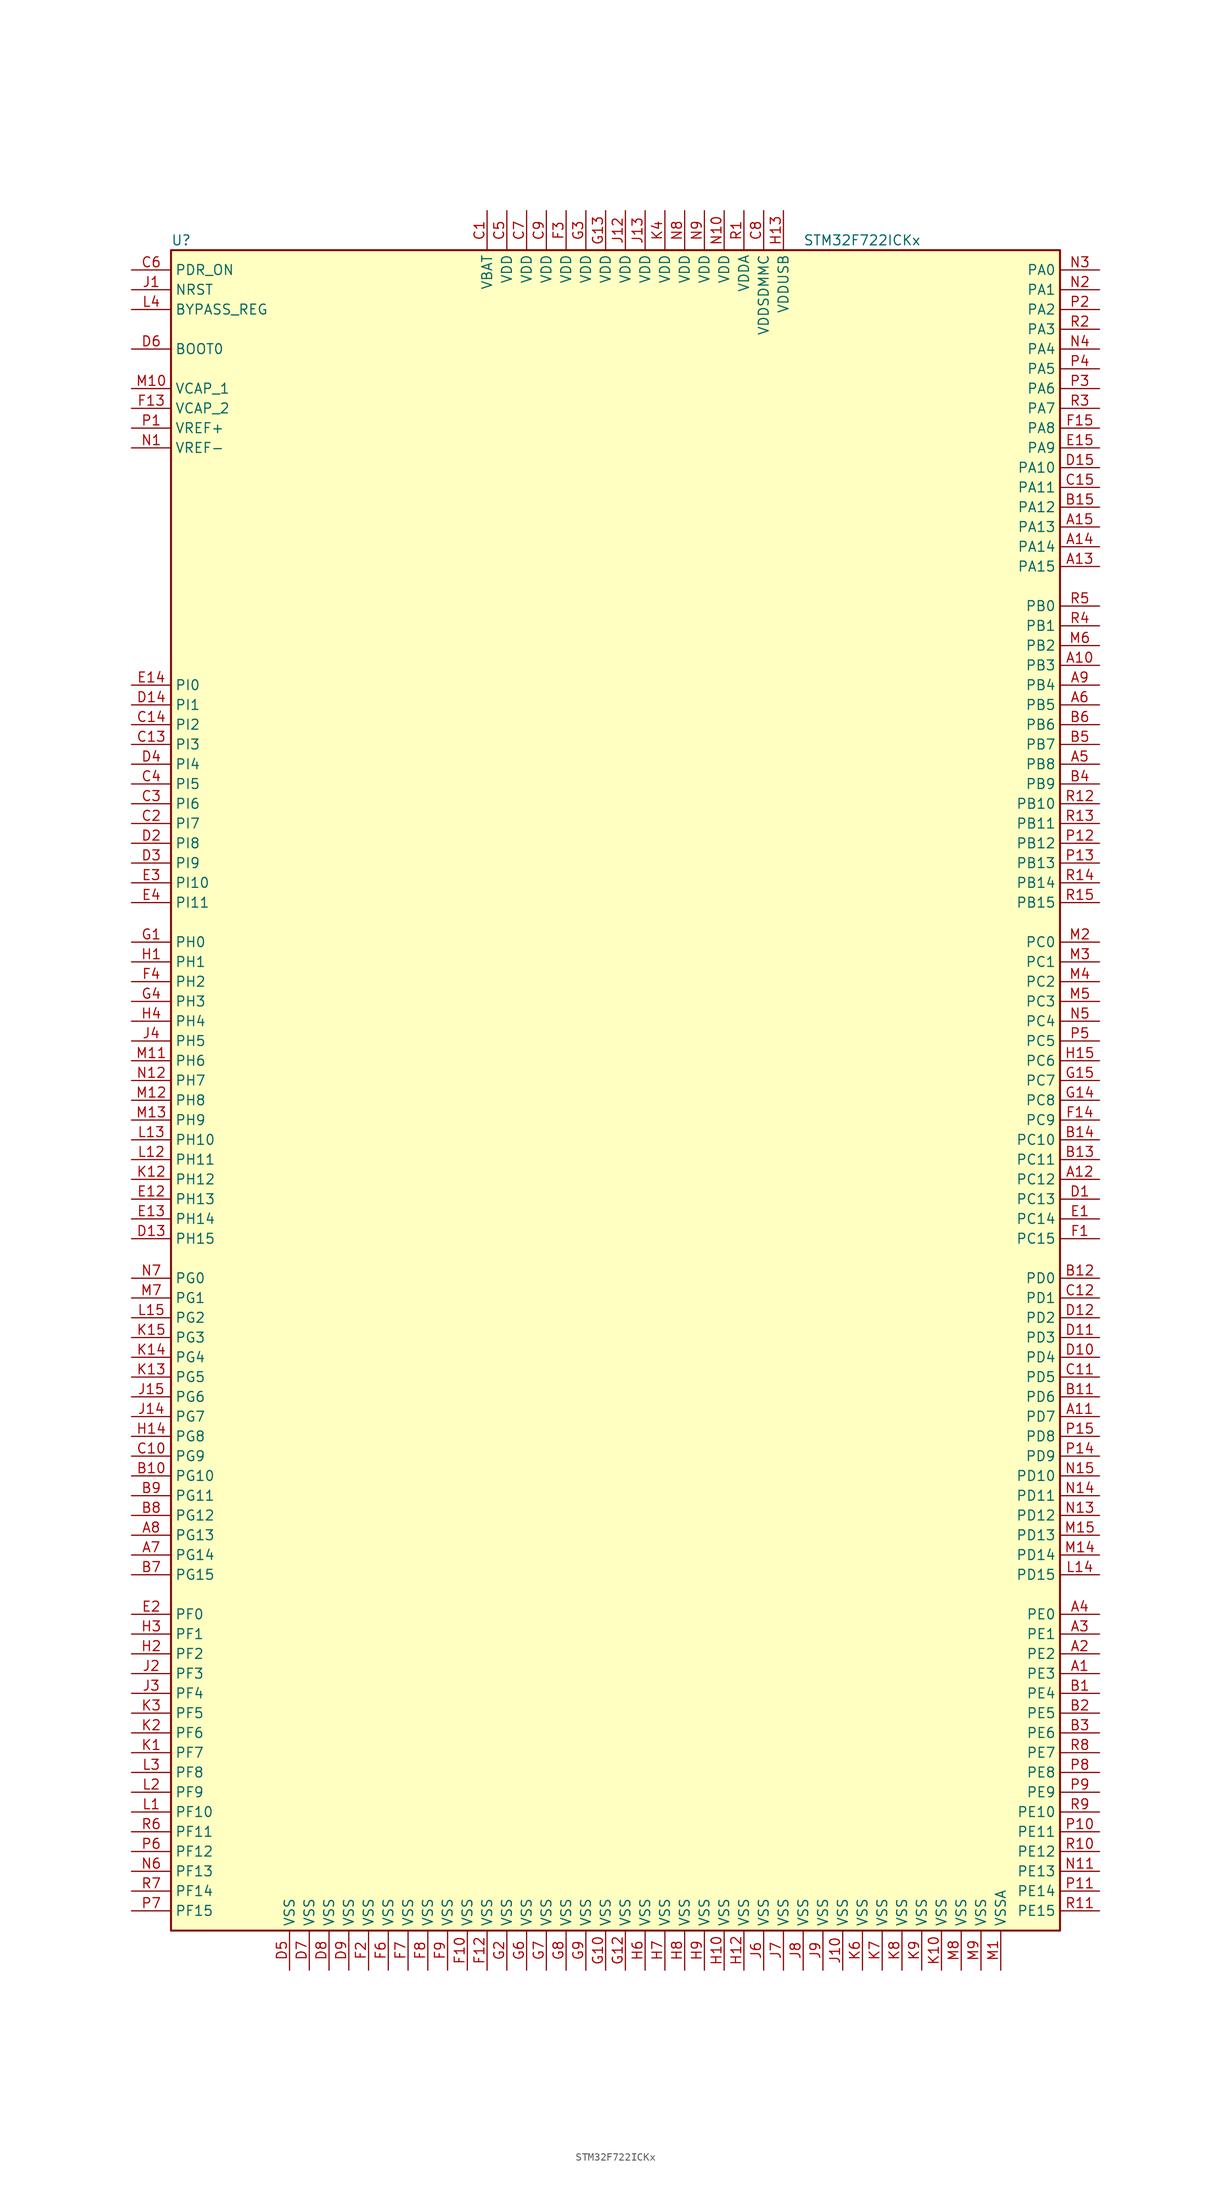
<source format=kicad_sym>
(kicad_symbol_lib
  (version 20211014)
  (generator kicad_symbol_editor)
  (symbol "STM32F722ICKx"
    (property "Reference" "U"
      (at -58.42 107.95 0)
      (effects (font (size 1.27 1.27)) (justify left)))
    (property "Value" "STM32F722ICKx"
      (at 22.86 107.95 0)
      (effects (font (size 1.27 1.27)) (justify left)))
    (symbol "STM32F722ICKx_0_1"
      (rectangle (start -58.42 -109.22) (end 55.88 106.68) (stroke (width 0.254) (type default) (color 0 0 0 0)) (fill (type background))))
    (symbol "STM32F722ICKx_1_1"
      (pin bidirectional line (at 60.96 -76.2 180) (length 5.08) (name "PE3" (effects (font (size 1.27 1.27)))) (number "A1" (effects (font (size 1.27 1.27)))))
      (pin bidirectional line (at 60.96 53.34 180) (length 5.08) (name "PB3" (effects (font (size 1.27 1.27)))) (number "A10" (effects (font (size 1.27 1.27)))))
      (pin bidirectional line (at 60.96 -43.18 180) (length 5.08) (name "PD7" (effects (font (size 1.27 1.27)))) (number "A11" (effects (font (size 1.27 1.27)))))
      (pin bidirectional line (at 60.96 -12.7 180) (length 5.08) (name "PC12" (effects (font (size 1.27 1.27)))) (number "A12" (effects (font (size 1.27 1.27)))))
      (pin bidirectional line (at 60.96 66.04 180) (length 5.08) (name "PA15" (effects (font (size 1.27 1.27)))) (number "A13" (effects (font (size 1.27 1.27)))))
      (pin bidirectional line (at 60.96 68.58 180) (length 5.08) (name "PA14" (effects (font (size 1.27 1.27)))) (number "A14" (effects (font (size 1.27 1.27)))))
      (pin bidirectional line (at 60.96 71.12 180) (length 5.08) (name "PA13" (effects (font (size 1.27 1.27)))) (number "A15" (effects (font (size 1.27 1.27)))))
      (pin bidirectional line (at 60.96 -73.66 180) (length 5.08) (name "PE2" (effects (font (size 1.27 1.27)))) (number "A2" (effects (font (size 1.27 1.27)))))
      (pin bidirectional line (at 60.96 -71.12 180) (length 5.08) (name "PE1" (effects (font (size 1.27 1.27)))) (number "A3" (effects (font (size 1.27 1.27)))))
      (pin bidirectional line (at 60.96 -68.58 180) (length 5.08) (name "PE0" (effects (font (size 1.27 1.27)))) (number "A4" (effects (font (size 1.27 1.27)))))
      (pin bidirectional line (at 60.96 40.64 180) (length 5.08) (name "PB8" (effects (font (size 1.27 1.27)))) (number "A5" (effects (font (size 1.27 1.27)))))
      (pin bidirectional line (at 60.96 48.26 180) (length 5.08) (name "PB5" (effects (font (size 1.27 1.27)))) (number "A6" (effects (font (size 1.27 1.27)))))
      (pin bidirectional line (at -63.5 -60.96 0) (length 5.08) (name "PG14" (effects (font (size 1.27 1.27)))) (number "A7" (effects (font (size 1.27 1.27)))))
      (pin bidirectional line (at -63.5 -58.42 0) (length 5.08) (name "PG13" (effects (font (size 1.27 1.27)))) (number "A8" (effects (font (size 1.27 1.27)))))
      (pin bidirectional line (at 60.96 50.8 180) (length 5.08) (name "PB4" (effects (font (size 1.27 1.27)))) (number "A9" (effects (font (size 1.27 1.27)))))
      (pin bidirectional line (at 60.96 -78.74 180) (length 5.08) (name "PE4" (effects (font (size 1.27 1.27)))) (number "B1" (effects (font (size 1.27 1.27)))))
      (pin bidirectional line (at -63.5 -50.8 0) (length 5.08) (name "PG10" (effects (font (size 1.27 1.27)))) (number "B10" (effects (font (size 1.27 1.27)))))
      (pin bidirectional line (at 60.96 -40.64 180) (length 5.08) (name "PD6" (effects (font (size 1.27 1.27)))) (number "B11" (effects (font (size 1.27 1.27)))))
      (pin bidirectional line (at 60.96 -25.4 180) (length 5.08) (name "PD0" (effects (font (size 1.27 1.27)))) (number "B12" (effects (font (size 1.27 1.27)))))
      (pin bidirectional line (at 60.96 -10.16 180) (length 5.08) (name "PC11" (effects (font (size 1.27 1.27)))) (number "B13" (effects (font (size 1.27 1.27)))))
      (pin bidirectional line (at 60.96 -7.62 180) (length 5.08) (name "PC10" (effects (font (size 1.27 1.27)))) (number "B14" (effects (font (size 1.27 1.27)))))
      (pin bidirectional line (at 60.96 73.66 180) (length 5.08) (name "PA12" (effects (font (size 1.27 1.27)))) (number "B15" (effects (font (size 1.27 1.27)))))
      (pin bidirectional line (at 60.96 -81.28 180) (length 5.08) (name "PE5" (effects (font (size 1.27 1.27)))) (number "B2" (effects (font (size 1.27 1.27)))))
      (pin bidirectional line (at 60.96 -83.82 180) (length 5.08) (name "PE6" (effects (font (size 1.27 1.27)))) (number "B3" (effects (font (size 1.27 1.27)))))
      (pin bidirectional line (at 60.96 38.1 180) (length 5.08) (name "PB9" (effects (font (size 1.27 1.27)))) (number "B4" (effects (font (size 1.27 1.27)))))
      (pin bidirectional line (at 60.96 43.18 180) (length 5.08) (name "PB7" (effects (font (size 1.27 1.27)))) (number "B5" (effects (font (size 1.27 1.27)))))
      (pin bidirectional line (at 60.96 45.72 180) (length 5.08) (name "PB6" (effects (font (size 1.27 1.27)))) (number "B6" (effects (font (size 1.27 1.27)))))
      (pin bidirectional line (at -63.5 -63.5 0) (length 5.08) (name "PG15" (effects (font (size 1.27 1.27)))) (number "B7" (effects (font (size 1.27 1.27)))))
      (pin bidirectional line (at -63.5 -55.88 0) (length 5.08) (name "PG12" (effects (font (size 1.27 1.27)))) (number "B8" (effects (font (size 1.27 1.27)))))
      (pin bidirectional line (at -63.5 -53.34 0) (length 5.08) (name "PG11" (effects (font (size 1.27 1.27)))) (number "B9" (effects (font (size 1.27 1.27)))))
      (pin power_in line (at -17.78 111.76 270) (length 5.08) (name "VBAT" (effects (font (size 1.27 1.27)))) (number "C1" (effects (font (size 1.27 1.27)))))
      (pin bidirectional line (at -63.5 -48.26 0) (length 5.08) (name "PG9" (effects (font (size 1.27 1.27)))) (number "C10" (effects (font (size 1.27 1.27)))))
      (pin bidirectional line (at 60.96 -38.1 180) (length 5.08) (name "PD5" (effects (font (size 1.27 1.27)))) (number "C11" (effects (font (size 1.27 1.27)))))
      (pin bidirectional line (at 60.96 -27.94 180) (length 5.08) (name "PD1" (effects (font (size 1.27 1.27)))) (number "C12" (effects (font (size 1.27 1.27)))))
      (pin bidirectional line (at -63.5 43.18 0) (length 5.08) (name "PI3" (effects (font (size 1.27 1.27)))) (number "C13" (effects (font (size 1.27 1.27)))))
      (pin bidirectional line (at -63.5 45.72 0) (length 5.08) (name "PI2" (effects (font (size 1.27 1.27)))) (number "C14" (effects (font (size 1.27 1.27)))))
      (pin bidirectional line (at 60.96 76.2 180) (length 5.08) (name "PA11" (effects (font (size 1.27 1.27)))) (number "C15" (effects (font (size 1.27 1.27)))))
      (pin bidirectional line (at -63.5 33.02 0) (length 5.08) (name "PI7" (effects (font (size 1.27 1.27)))) (number "C2" (effects (font (size 1.27 1.27)))))
      (pin bidirectional line (at -63.5 35.56 0) (length 5.08) (name "PI6" (effects (font (size 1.27 1.27)))) (number "C3" (effects (font (size 1.27 1.27)))))
      (pin bidirectional line (at -63.5 38.1 0) (length 5.08) (name "PI5" (effects (font (size 1.27 1.27)))) (number "C4" (effects (font (size 1.27 1.27)))))
      (pin power_in line (at -15.24 111.76 270) (length 5.08) (name "VDD" (effects (font (size 1.27 1.27)))) (number "C5" (effects (font (size 1.27 1.27)))))
      (pin input line (at -63.5 104.14 0) (length 5.08) (name "PDR_ON" (effects (font (size 1.27 1.27)))) (number "C6" (effects (font (size 1.27 1.27)))))
      (pin power_in line (at -12.7 111.76 270) (length 5.08) (name "VDD" (effects (font (size 1.27 1.27)))) (number "C7" (effects (font (size 1.27 1.27)))))
      (pin power_in line (at 17.78 111.76 270) (length 5.08) (name "VDDSDMMC" (effects (font (size 1.27 1.27)))) (number "C8" (effects (font (size 1.27 1.27)))))
      (pin power_in line (at -10.16 111.76 270) (length 5.08) (name "VDD" (effects (font (size 1.27 1.27)))) (number "C9" (effects (font (size 1.27 1.27)))))
      (pin bidirectional line (at 60.96 -15.24 180) (length 5.08) (name "PC13" (effects (font (size 1.27 1.27)))) (number "D1" (effects (font (size 1.27 1.27)))))
      (pin bidirectional line (at 60.96 -35.56 180) (length 5.08) (name "PD4" (effects (font (size 1.27 1.27)))) (number "D10" (effects (font (size 1.27 1.27)))))
      (pin bidirectional line (at 60.96 -33.02 180) (length 5.08) (name "PD3" (effects (font (size 1.27 1.27)))) (number "D11" (effects (font (size 1.27 1.27)))))
      (pin bidirectional line (at 60.96 -30.48 180) (length 5.08) (name "PD2" (effects (font (size 1.27 1.27)))) (number "D12" (effects (font (size 1.27 1.27)))))
      (pin bidirectional line (at -63.5 -20.32 0) (length 5.08) (name "PH15" (effects (font (size 1.27 1.27)))) (number "D13" (effects (font (size 1.27 1.27)))))
      (pin bidirectional line (at -63.5 48.26 0) (length 5.08) (name "PI1" (effects (font (size 1.27 1.27)))) (number "D14" (effects (font (size 1.27 1.27)))))
      (pin bidirectional line (at 60.96 78.74 180) (length 5.08) (name "PA10" (effects (font (size 1.27 1.27)))) (number "D15" (effects (font (size 1.27 1.27)))))
      (pin bidirectional line (at -63.5 30.48 0) (length 5.08) (name "PI8" (effects (font (size 1.27 1.27)))) (number "D2" (effects (font (size 1.27 1.27)))))
      (pin bidirectional line (at -63.5 27.94 0) (length 5.08) (name "PI9" (effects (font (size 1.27 1.27)))) (number "D3" (effects (font (size 1.27 1.27)))))
      (pin bidirectional line (at -63.5 40.64 0) (length 5.08) (name "PI4" (effects (font (size 1.27 1.27)))) (number "D4" (effects (font (size 1.27 1.27)))))
      (pin power_in line (at -43.18 -114.3 90) (length 5.08) (name "VSS" (effects (font (size 1.27 1.27)))) (number "D5" (effects (font (size 1.27 1.27)))))
      (pin input line (at -63.5 93.98 0) (length 5.08) (name "BOOT0" (effects (font (size 1.27 1.27)))) (number "D6" (effects (font (size 1.27 1.27)))))
      (pin power_in line (at -40.64 -114.3 90) (length 5.08) (name "VSS" (effects (font (size 1.27 1.27)))) (number "D7" (effects (font (size 1.27 1.27)))))
      (pin power_in line (at -38.1 -114.3 90) (length 5.08) (name "VSS" (effects (font (size 1.27 1.27)))) (number "D8" (effects (font (size 1.27 1.27)))))
      (pin power_in line (at -35.56 -114.3 90) (length 5.08) (name "VSS" (effects (font (size 1.27 1.27)))) (number "D9" (effects (font (size 1.27 1.27)))))
      (pin bidirectional line (at 60.96 -17.78 180) (length 5.08) (name "PC14" (effects (font (size 1.27 1.27)))) (number "E1" (effects (font (size 1.27 1.27)))))
      (pin bidirectional line (at -63.5 -15.24 0) (length 5.08) (name "PH13" (effects (font (size 1.27 1.27)))) (number "E12" (effects (font (size 1.27 1.27)))))
      (pin bidirectional line (at -63.5 -17.78 0) (length 5.08) (name "PH14" (effects (font (size 1.27 1.27)))) (number "E13" (effects (font (size 1.27 1.27)))))
      (pin bidirectional line (at -63.5 50.8 0) (length 5.08) (name "PI0" (effects (font (size 1.27 1.27)))) (number "E14" (effects (font (size 1.27 1.27)))))
      (pin bidirectional line (at 60.96 81.28 180) (length 5.08) (name "PA9" (effects (font (size 1.27 1.27)))) (number "E15" (effects (font (size 1.27 1.27)))))
      (pin bidirectional line (at -63.5 -68.58 0) (length 5.08) (name "PF0" (effects (font (size 1.27 1.27)))) (number "E2" (effects (font (size 1.27 1.27)))))
      (pin bidirectional line (at -63.5 25.4 0) (length 5.08) (name "PI10" (effects (font (size 1.27 1.27)))) (number "E3" (effects (font (size 1.27 1.27)))))
      (pin bidirectional line (at -63.5 22.86 0) (length 5.08) (name "PI11" (effects (font (size 1.27 1.27)))) (number "E4" (effects (font (size 1.27 1.27)))))
      (pin bidirectional line (at 60.96 -20.32 180) (length 5.08) (name "PC15" (effects (font (size 1.27 1.27)))) (number "F1" (effects (font (size 1.27 1.27)))))
      (pin power_in line (at -20.32 -114.3 90) (length 5.08) (name "VSS" (effects (font (size 1.27 1.27)))) (number "F10" (effects (font (size 1.27 1.27)))))
      (pin power_in line (at -17.78 -114.3 90) (length 5.08) (name "VSS" (effects (font (size 1.27 1.27)))) (number "F12" (effects (font (size 1.27 1.27)))))
      (pin power_in line (at -63.5 86.36 0) (length 5.08) (name "VCAP_2" (effects (font (size 1.27 1.27)))) (number "F13" (effects (font (size 1.27 1.27)))))
      (pin bidirectional line (at 60.96 -5.08 180) (length 5.08) (name "PC9" (effects (font (size 1.27 1.27)))) (number "F14" (effects (font (size 1.27 1.27)))))
      (pin bidirectional line (at 60.96 83.82 180) (length 5.08) (name "PA8" (effects (font (size 1.27 1.27)))) (number "F15" (effects (font (size 1.27 1.27)))))
      (pin power_in line (at -33.02 -114.3 90) (length 5.08) (name "VSS" (effects (font (size 1.27 1.27)))) (number "F2" (effects (font (size 1.27 1.27)))))
      (pin power_in line (at -7.62 111.76 270) (length 5.08) (name "VDD" (effects (font (size 1.27 1.27)))) (number "F3" (effects (font (size 1.27 1.27)))))
      (pin bidirectional line (at -63.5 12.7 0) (length 5.08) (name "PH2" (effects (font (size 1.27 1.27)))) (number "F4" (effects (font (size 1.27 1.27)))))
      (pin power_in line (at -30.48 -114.3 90) (length 5.08) (name "VSS" (effects (font (size 1.27 1.27)))) (number "F6" (effects (font (size 1.27 1.27)))))
      (pin power_in line (at -27.94 -114.3 90) (length 5.08) (name "VSS" (effects (font (size 1.27 1.27)))) (number "F7" (effects (font (size 1.27 1.27)))))
      (pin power_in line (at -25.4 -114.3 90) (length 5.08) (name "VSS" (effects (font (size 1.27 1.27)))) (number "F8" (effects (font (size 1.27 1.27)))))
      (pin power_in line (at -22.86 -114.3 90) (length 5.08) (name "VSS" (effects (font (size 1.27 1.27)))) (number "F9" (effects (font (size 1.27 1.27)))))
      (pin input line (at -63.5 17.78 0) (length 5.08) (name "PH0" (effects (font (size 1.27 1.27)))) (number "G1" (effects (font (size 1.27 1.27)))))
      (pin power_in line (at -2.54 -114.3 90) (length 5.08) (name "VSS" (effects (font (size 1.27 1.27)))) (number "G10" (effects (font (size 1.27 1.27)))))
      (pin power_in line (at 0 -114.3 90) (length 5.08) (name "VSS" (effects (font (size 1.27 1.27)))) (number "G12" (effects (font (size 1.27 1.27)))))
      (pin power_in line (at -2.54 111.76 270) (length 5.08) (name "VDD" (effects (font (size 1.27 1.27)))) (number "G13" (effects (font (size 1.27 1.27)))))
      (pin bidirectional line (at 60.96 -2.54 180) (length 5.08) (name "PC8" (effects (font (size 1.27 1.27)))) (number "G14" (effects (font (size 1.27 1.27)))))
      (pin bidirectional line (at 60.96 0 180) (length 5.08) (name "PC7" (effects (font (size 1.27 1.27)))) (number "G15" (effects (font (size 1.27 1.27)))))
      (pin power_in line (at -15.24 -114.3 90) (length 5.08) (name "VSS" (effects (font (size 1.27 1.27)))) (number "G2" (effects (font (size 1.27 1.27)))))
      (pin power_in line (at -5.08 111.76 270) (length 5.08) (name "VDD" (effects (font (size 1.27 1.27)))) (number "G3" (effects (font (size 1.27 1.27)))))
      (pin bidirectional line (at -63.5 10.16 0) (length 5.08) (name "PH3" (effects (font (size 1.27 1.27)))) (number "G4" (effects (font (size 1.27 1.27)))))
      (pin power_in line (at -12.7 -114.3 90) (length 5.08) (name "VSS" (effects (font (size 1.27 1.27)))) (number "G6" (effects (font (size 1.27 1.27)))))
      (pin power_in line (at -10.16 -114.3 90) (length 5.08) (name "VSS" (effects (font (size 1.27 1.27)))) (number "G7" (effects (font (size 1.27 1.27)))))
      (pin power_in line (at -7.62 -114.3 90) (length 5.08) (name "VSS" (effects (font (size 1.27 1.27)))) (number "G8" (effects (font (size 1.27 1.27)))))
      (pin power_in line (at -5.08 -114.3 90) (length 5.08) (name "VSS" (effects (font (size 1.27 1.27)))) (number "G9" (effects (font (size 1.27 1.27)))))
      (pin input line (at -63.5 15.24 0) (length 5.08) (name "PH1" (effects (font (size 1.27 1.27)))) (number "H1" (effects (font (size 1.27 1.27)))))
      (pin power_in line (at 12.7 -114.3 90) (length 5.08) (name "VSS" (effects (font (size 1.27 1.27)))) (number "H10" (effects (font (size 1.27 1.27)))))
      (pin power_in line (at 15.24 -114.3 90) (length 5.08) (name "VSS" (effects (font (size 1.27 1.27)))) (number "H12" (effects (font (size 1.27 1.27)))))
      (pin power_in line (at 20.32 111.76 270) (length 5.08) (name "VDDUSB" (effects (font (size 1.27 1.27)))) (number "H13" (effects (font (size 1.27 1.27)))))
      (pin bidirectional line (at -63.5 -45.72 0) (length 5.08) (name "PG8" (effects (font (size 1.27 1.27)))) (number "H14" (effects (font (size 1.27 1.27)))))
      (pin bidirectional line (at 60.96 2.54 180) (length 5.08) (name "PC6" (effects (font (size 1.27 1.27)))) (number "H15" (effects (font (size 1.27 1.27)))))
      (pin bidirectional line (at -63.5 -73.66 0) (length 5.08) (name "PF2" (effects (font (size 1.27 1.27)))) (number "H2" (effects (font (size 1.27 1.27)))))
      (pin bidirectional line (at -63.5 -71.12 0) (length 5.08) (name "PF1" (effects (font (size 1.27 1.27)))) (number "H3" (effects (font (size 1.27 1.27)))))
      (pin bidirectional line (at -63.5 7.62 0) (length 5.08) (name "PH4" (effects (font (size 1.27 1.27)))) (number "H4" (effects (font (size 1.27 1.27)))))
      (pin power_in line (at 2.54 -114.3 90) (length 5.08) (name "VSS" (effects (font (size 1.27 1.27)))) (number "H6" (effects (font (size 1.27 1.27)))))
      (pin power_in line (at 5.08 -114.3 90) (length 5.08) (name "VSS" (effects (font (size 1.27 1.27)))) (number "H7" (effects (font (size 1.27 1.27)))))
      (pin power_in line (at 7.62 -114.3 90) (length 5.08) (name "VSS" (effects (font (size 1.27 1.27)))) (number "H8" (effects (font (size 1.27 1.27)))))
      (pin power_in line (at 10.16 -114.3 90) (length 5.08) (name "VSS" (effects (font (size 1.27 1.27)))) (number "H9" (effects (font (size 1.27 1.27)))))
      (pin input line (at -63.5 101.6 0) (length 5.08) (name "NRST" (effects (font (size 1.27 1.27)))) (number "J1" (effects (font (size 1.27 1.27)))))
      (pin power_in line (at 27.94 -114.3 90) (length 5.08) (name "VSS" (effects (font (size 1.27 1.27)))) (number "J10" (effects (font (size 1.27 1.27)))))
      (pin power_in line (at 0 111.76 270) (length 5.08) (name "VDD" (effects (font (size 1.27 1.27)))) (number "J12" (effects (font (size 1.27 1.27)))))
      (pin power_in line (at 2.54 111.76 270) (length 5.08) (name "VDD" (effects (font (size 1.27 1.27)))) (number "J13" (effects (font (size 1.27 1.27)))))
      (pin bidirectional line (at -63.5 -43.18 0) (length 5.08) (name "PG7" (effects (font (size 1.27 1.27)))) (number "J14" (effects (font (size 1.27 1.27)))))
      (pin bidirectional line (at -63.5 -40.64 0) (length 5.08) (name "PG6" (effects (font (size 1.27 1.27)))) (number "J15" (effects (font (size 1.27 1.27)))))
      (pin bidirectional line (at -63.5 -76.2 0) (length 5.08) (name "PF3" (effects (font (size 1.27 1.27)))) (number "J2" (effects (font (size 1.27 1.27)))))
      (pin bidirectional line (at -63.5 -78.74 0) (length 5.08) (name "PF4" (effects (font (size 1.27 1.27)))) (number "J3" (effects (font (size 1.27 1.27)))))
      (pin bidirectional line (at -63.5 5.08 0) (length 5.08) (name "PH5" (effects (font (size 1.27 1.27)))) (number "J4" (effects (font (size 1.27 1.27)))))
      (pin power_in line (at 17.78 -114.3 90) (length 5.08) (name "VSS" (effects (font (size 1.27 1.27)))) (number "J6" (effects (font (size 1.27 1.27)))))
      (pin power_in line (at 20.32 -114.3 90) (length 5.08) (name "VSS" (effects (font (size 1.27 1.27)))) (number "J7" (effects (font (size 1.27 1.27)))))
      (pin power_in line (at 22.86 -114.3 90) (length 5.08) (name "VSS" (effects (font (size 1.27 1.27)))) (number "J8" (effects (font (size 1.27 1.27)))))
      (pin power_in line (at 25.4 -114.3 90) (length 5.08) (name "VSS" (effects (font (size 1.27 1.27)))) (number "J9" (effects (font (size 1.27 1.27)))))
      (pin bidirectional line (at -63.5 -86.36 0) (length 5.08) (name "PF7" (effects (font (size 1.27 1.27)))) (number "K1" (effects (font (size 1.27 1.27)))))
      (pin power_in line (at 40.64 -114.3 90) (length 5.08) (name "VSS" (effects (font (size 1.27 1.27)))) (number "K10" (effects (font (size 1.27 1.27)))))
      (pin bidirectional line (at -63.5 -12.7 0) (length 5.08) (name "PH12" (effects (font (size 1.27 1.27)))) (number "K12" (effects (font (size 1.27 1.27)))))
      (pin bidirectional line (at -63.5 -38.1 0) (length 5.08) (name "PG5" (effects (font (size 1.27 1.27)))) (number "K13" (effects (font (size 1.27 1.27)))))
      (pin bidirectional line (at -63.5 -35.56 0) (length 5.08) (name "PG4" (effects (font (size 1.27 1.27)))) (number "K14" (effects (font (size 1.27 1.27)))))
      (pin bidirectional line (at -63.5 -33.02 0) (length 5.08) (name "PG3" (effects (font (size 1.27 1.27)))) (number "K15" (effects (font (size 1.27 1.27)))))
      (pin bidirectional line (at -63.5 -83.82 0) (length 5.08) (name "PF6" (effects (font (size 1.27 1.27)))) (number "K2" (effects (font (size 1.27 1.27)))))
      (pin bidirectional line (at -63.5 -81.28 0) (length 5.08) (name "PF5" (effects (font (size 1.27 1.27)))) (number "K3" (effects (font (size 1.27 1.27)))))
      (pin power_in line (at 5.08 111.76 270) (length 5.08) (name "VDD" (effects (font (size 1.27 1.27)))) (number "K4" (effects (font (size 1.27 1.27)))))
      (pin power_in line (at 30.48 -114.3 90) (length 5.08) (name "VSS" (effects (font (size 1.27 1.27)))) (number "K6" (effects (font (size 1.27 1.27)))))
      (pin power_in line (at 33.02 -114.3 90) (length 5.08) (name "VSS" (effects (font (size 1.27 1.27)))) (number "K7" (effects (font (size 1.27 1.27)))))
      (pin power_in line (at 35.56 -114.3 90) (length 5.08) (name "VSS" (effects (font (size 1.27 1.27)))) (number "K8" (effects (font (size 1.27 1.27)))))
      (pin power_in line (at 38.1 -114.3 90) (length 5.08) (name "VSS" (effects (font (size 1.27 1.27)))) (number "K9" (effects (font (size 1.27 1.27)))))
      (pin bidirectional line (at -63.5 -93.98 0) (length 5.08) (name "PF10" (effects (font (size 1.27 1.27)))) (number "L1" (effects (font (size 1.27 1.27)))))
      (pin bidirectional line (at -63.5 -10.16 0) (length 5.08) (name "PH11" (effects (font (size 1.27 1.27)))) (number "L12" (effects (font (size 1.27 1.27)))))
      (pin bidirectional line (at -63.5 -7.62 0) (length 5.08) (name "PH10" (effects (font (size 1.27 1.27)))) (number "L13" (effects (font (size 1.27 1.27)))))
      (pin bidirectional line (at 60.96 -63.5 180) (length 5.08) (name "PD15" (effects (font (size 1.27 1.27)))) (number "L14" (effects (font (size 1.27 1.27)))))
      (pin bidirectional line (at -63.5 -30.48 0) (length 5.08) (name "PG2" (effects (font (size 1.27 1.27)))) (number "L15" (effects (font (size 1.27 1.27)))))
      (pin bidirectional line (at -63.5 -91.44 0) (length 5.08) (name "PF9" (effects (font (size 1.27 1.27)))) (number "L2" (effects (font (size 1.27 1.27)))))
      (pin bidirectional line (at -63.5 -88.9 0) (length 5.08) (name "PF8" (effects (font (size 1.27 1.27)))) (number "L3" (effects (font (size 1.27 1.27)))))
      (pin input line (at -63.5 99.06 0) (length 5.08) (name "BYPASS_REG" (effects (font (size 1.27 1.27)))) (number "L4" (effects (font (size 1.27 1.27)))))
      (pin power_in line (at 48.26 -114.3 90) (length 5.08) (name "VSSA" (effects (font (size 1.27 1.27)))) (number "M1" (effects (font (size 1.27 1.27)))))
      (pin power_in line (at -63.5 88.9 0) (length 5.08) (name "VCAP_1" (effects (font (size 1.27 1.27)))) (number "M10" (effects (font (size 1.27 1.27)))))
      (pin bidirectional line (at -63.5 2.54 0) (length 5.08) (name "PH6" (effects (font (size 1.27 1.27)))) (number "M11" (effects (font (size 1.27 1.27)))))
      (pin bidirectional line (at -63.5 -2.54 0) (length 5.08) (name "PH8" (effects (font (size 1.27 1.27)))) (number "M12" (effects (font (size 1.27 1.27)))))
      (pin bidirectional line (at -63.5 -5.08 0) (length 5.08) (name "PH9" (effects (font (size 1.27 1.27)))) (number "M13" (effects (font (size 1.27 1.27)))))
      (pin bidirectional line (at 60.96 -60.96 180) (length 5.08) (name "PD14" (effects (font (size 1.27 1.27)))) (number "M14" (effects (font (size 1.27 1.27)))))
      (pin bidirectional line (at 60.96 -58.42 180) (length 5.08) (name "PD13" (effects (font (size 1.27 1.27)))) (number "M15" (effects (font (size 1.27 1.27)))))
      (pin bidirectional line (at 60.96 17.78 180) (length 5.08) (name "PC0" (effects (font (size 1.27 1.27)))) (number "M2" (effects (font (size 1.27 1.27)))))
      (pin bidirectional line (at 60.96 15.24 180) (length 5.08) (name "PC1" (effects (font (size 1.27 1.27)))) (number "M3" (effects (font (size 1.27 1.27)))))
      (pin bidirectional line (at 60.96 12.7 180) (length 5.08) (name "PC2" (effects (font (size 1.27 1.27)))) (number "M4" (effects (font (size 1.27 1.27)))))
      (pin bidirectional line (at 60.96 10.16 180) (length 5.08) (name "PC3" (effects (font (size 1.27 1.27)))) (number "M5" (effects (font (size 1.27 1.27)))))
      (pin bidirectional line (at 60.96 55.88 180) (length 5.08) (name "PB2" (effects (font (size 1.27 1.27)))) (number "M6" (effects (font (size 1.27 1.27)))))
      (pin bidirectional line (at -63.5 -27.94 0) (length 5.08) (name "PG1" (effects (font (size 1.27 1.27)))) (number "M7" (effects (font (size 1.27 1.27)))))
      (pin power_in line (at 43.18 -114.3 90) (length 5.08) (name "VSS" (effects (font (size 1.27 1.27)))) (number "M8" (effects (font (size 1.27 1.27)))))
      (pin power_in line (at 45.72 -114.3 90) (length 5.08) (name "VSS" (effects (font (size 1.27 1.27)))) (number "M9" (effects (font (size 1.27 1.27)))))
      (pin power_in line (at -63.5 81.28 0) (length 5.08) (name "VREF-" (effects (font (size 1.27 1.27)))) (number "N1" (effects (font (size 1.27 1.27)))))
      (pin power_in line (at 12.7 111.76 270) (length 5.08) (name "VDD" (effects (font (size 1.27 1.27)))) (number "N10" (effects (font (size 1.27 1.27)))))
      (pin bidirectional line (at 60.96 -101.6 180) (length 5.08) (name "PE13" (effects (font (size 1.27 1.27)))) (number "N11" (effects (font (size 1.27 1.27)))))
      (pin bidirectional line (at -63.5 0 0) (length 5.08) (name "PH7" (effects (font (size 1.27 1.27)))) (number "N12" (effects (font (size 1.27 1.27)))))
      (pin bidirectional line (at 60.96 -55.88 180) (length 5.08) (name "PD12" (effects (font (size 1.27 1.27)))) (number "N13" (effects (font (size 1.27 1.27)))))
      (pin bidirectional line (at 60.96 -53.34 180) (length 5.08) (name "PD11" (effects (font (size 1.27 1.27)))) (number "N14" (effects (font (size 1.27 1.27)))))
      (pin bidirectional line (at 60.96 -50.8 180) (length 5.08) (name "PD10" (effects (font (size 1.27 1.27)))) (number "N15" (effects (font (size 1.27 1.27)))))
      (pin bidirectional line (at 60.96 101.6 180) (length 5.08) (name "PA1" (effects (font (size 1.27 1.27)))) (number "N2" (effects (font (size 1.27 1.27)))))
      (pin bidirectional line (at 60.96 104.14 180) (length 5.08) (name "PA0" (effects (font (size 1.27 1.27)))) (number "N3" (effects (font (size 1.27 1.27)))))
      (pin bidirectional line (at 60.96 93.98 180) (length 5.08) (name "PA4" (effects (font (size 1.27 1.27)))) (number "N4" (effects (font (size 1.27 1.27)))))
      (pin bidirectional line (at 60.96 7.62 180) (length 5.08) (name "PC4" (effects (font (size 1.27 1.27)))) (number "N5" (effects (font (size 1.27 1.27)))))
      (pin bidirectional line (at -63.5 -101.6 0) (length 5.08) (name "PF13" (effects (font (size 1.27 1.27)))) (number "N6" (effects (font (size 1.27 1.27)))))
      (pin bidirectional line (at -63.5 -25.4 0) (length 5.08) (name "PG0" (effects (font (size 1.27 1.27)))) (number "N7" (effects (font (size 1.27 1.27)))))
      (pin power_in line (at 7.62 111.76 270) (length 5.08) (name "VDD" (effects (font (size 1.27 1.27)))) (number "N8" (effects (font (size 1.27 1.27)))))
      (pin power_in line (at 10.16 111.76 270) (length 5.08) (name "VDD" (effects (font (size 1.27 1.27)))) (number "N9" (effects (font (size 1.27 1.27)))))
      (pin power_in line (at -63.5 83.82 0) (length 5.08) (name "VREF+" (effects (font (size 1.27 1.27)))) (number "P1" (effects (font (size 1.27 1.27)))))
      (pin bidirectional line (at 60.96 -96.52 180) (length 5.08) (name "PE11" (effects (font (size 1.27 1.27)))) (number "P10" (effects (font (size 1.27 1.27)))))
      (pin bidirectional line (at 60.96 -104.14 180) (length 5.08) (name "PE14" (effects (font (size 1.27 1.27)))) (number "P11" (effects (font (size 1.27 1.27)))))
      (pin bidirectional line (at 60.96 30.48 180) (length 5.08) (name "PB12" (effects (font (size 1.27 1.27)))) (number "P12" (effects (font (size 1.27 1.27)))))
      (pin bidirectional line (at 60.96 27.94 180) (length 5.08) (name "PB13" (effects (font (size 1.27 1.27)))) (number "P13" (effects (font (size 1.27 1.27)))))
      (pin bidirectional line (at 60.96 -48.26 180) (length 5.08) (name "PD9" (effects (font (size 1.27 1.27)))) (number "P14" (effects (font (size 1.27 1.27)))))
      (pin bidirectional line (at 60.96 -45.72 180) (length 5.08) (name "PD8" (effects (font (size 1.27 1.27)))) (number "P15" (effects (font (size 1.27 1.27)))))
      (pin bidirectional line (at 60.96 99.06 180) (length 5.08) (name "PA2" (effects (font (size 1.27 1.27)))) (number "P2" (effects (font (size 1.27 1.27)))))
      (pin bidirectional line (at 60.96 88.9 180) (length 5.08) (name "PA6" (effects (font (size 1.27 1.27)))) (number "P3" (effects (font (size 1.27 1.27)))))
      (pin bidirectional line (at 60.96 91.44 180) (length 5.08) (name "PA5" (effects (font (size 1.27 1.27)))) (number "P4" (effects (font (size 1.27 1.27)))))
      (pin bidirectional line (at 60.96 5.08 180) (length 5.08) (name "PC5" (effects (font (size 1.27 1.27)))) (number "P5" (effects (font (size 1.27 1.27)))))
      (pin bidirectional line (at -63.5 -99.06 0) (length 5.08) (name "PF12" (effects (font (size 1.27 1.27)))) (number "P6" (effects (font (size 1.27 1.27)))))
      (pin bidirectional line (at -63.5 -106.68 0) (length 5.08) (name "PF15" (effects (font (size 1.27 1.27)))) (number "P7" (effects (font (size 1.27 1.27)))))
      (pin bidirectional line (at 60.96 -88.9 180) (length 5.08) (name "PE8" (effects (font (size 1.27 1.27)))) (number "P8" (effects (font (size 1.27 1.27)))))
      (pin bidirectional line (at 60.96 -91.44 180) (length 5.08) (name "PE9" (effects (font (size 1.27 1.27)))) (number "P9" (effects (font (size 1.27 1.27)))))
      (pin power_in line (at 15.24 111.76 270) (length 5.08) (name "VDDA" (effects (font (size 1.27 1.27)))) (number "R1" (effects (font (size 1.27 1.27)))))
      (pin bidirectional line (at 60.96 -99.06 180) (length 5.08) (name "PE12" (effects (font (size 1.27 1.27)))) (number "R10" (effects (font (size 1.27 1.27)))))
      (pin bidirectional line (at 60.96 -106.68 180) (length 5.08) (name "PE15" (effects (font (size 1.27 1.27)))) (number "R11" (effects (font (size 1.27 1.27)))))
      (pin bidirectional line (at 60.96 35.56 180) (length 5.08) (name "PB10" (effects (font (size 1.27 1.27)))) (number "R12" (effects (font (size 1.27 1.27)))))
      (pin bidirectional line (at 60.96 33.02 180) (length 5.08) (name "PB11" (effects (font (size 1.27 1.27)))) (number "R13" (effects (font (size 1.27 1.27)))))
      (pin bidirectional line (at 60.96 25.4 180) (length 5.08) (name "PB14" (effects (font (size 1.27 1.27)))) (number "R14" (effects (font (size 1.27 1.27)))))
      (pin bidirectional line (at 60.96 22.86 180) (length 5.08) (name "PB15" (effects (font (size 1.27 1.27)))) (number "R15" (effects (font (size 1.27 1.27)))))
      (pin bidirectional line (at 60.96 96.52 180) (length 5.08) (name "PA3" (effects (font (size 1.27 1.27)))) (number "R2" (effects (font (size 1.27 1.27)))))
      (pin bidirectional line (at 60.96 86.36 180) (length 5.08) (name "PA7" (effects (font (size 1.27 1.27)))) (number "R3" (effects (font (size 1.27 1.27)))))
      (pin bidirectional line (at 60.96 58.42 180) (length 5.08) (name "PB1" (effects (font (size 1.27 1.27)))) (number "R4" (effects (font (size 1.27 1.27)))))
      (pin bidirectional line (at 60.96 60.96 180) (length 5.08) (name "PB0" (effects (font (size 1.27 1.27)))) (number "R5" (effects (font (size 1.27 1.27)))))
      (pin bidirectional line (at -63.5 -96.52 0) (length 5.08) (name "PF11" (effects (font (size 1.27 1.27)))) (number "R6" (effects (font (size 1.27 1.27)))))
      (pin bidirectional line (at -63.5 -104.14 0) (length 5.08) (name "PF14" (effects (font (size 1.27 1.27)))) (number "R7" (effects (font (size 1.27 1.27)))))
      (pin bidirectional line (at 60.96 -86.36 180) (length 5.08) (name "PE7" (effects (font (size 1.27 1.27)))) (number "R8" (effects (font (size 1.27 1.27)))))
      (pin bidirectional line (at 60.96 -93.98 180) (length 5.08) (name "PE10" (effects (font (size 1.27 1.27)))) (number "R9" (effects (font (size 1.27 1.27))))))))
</source>
